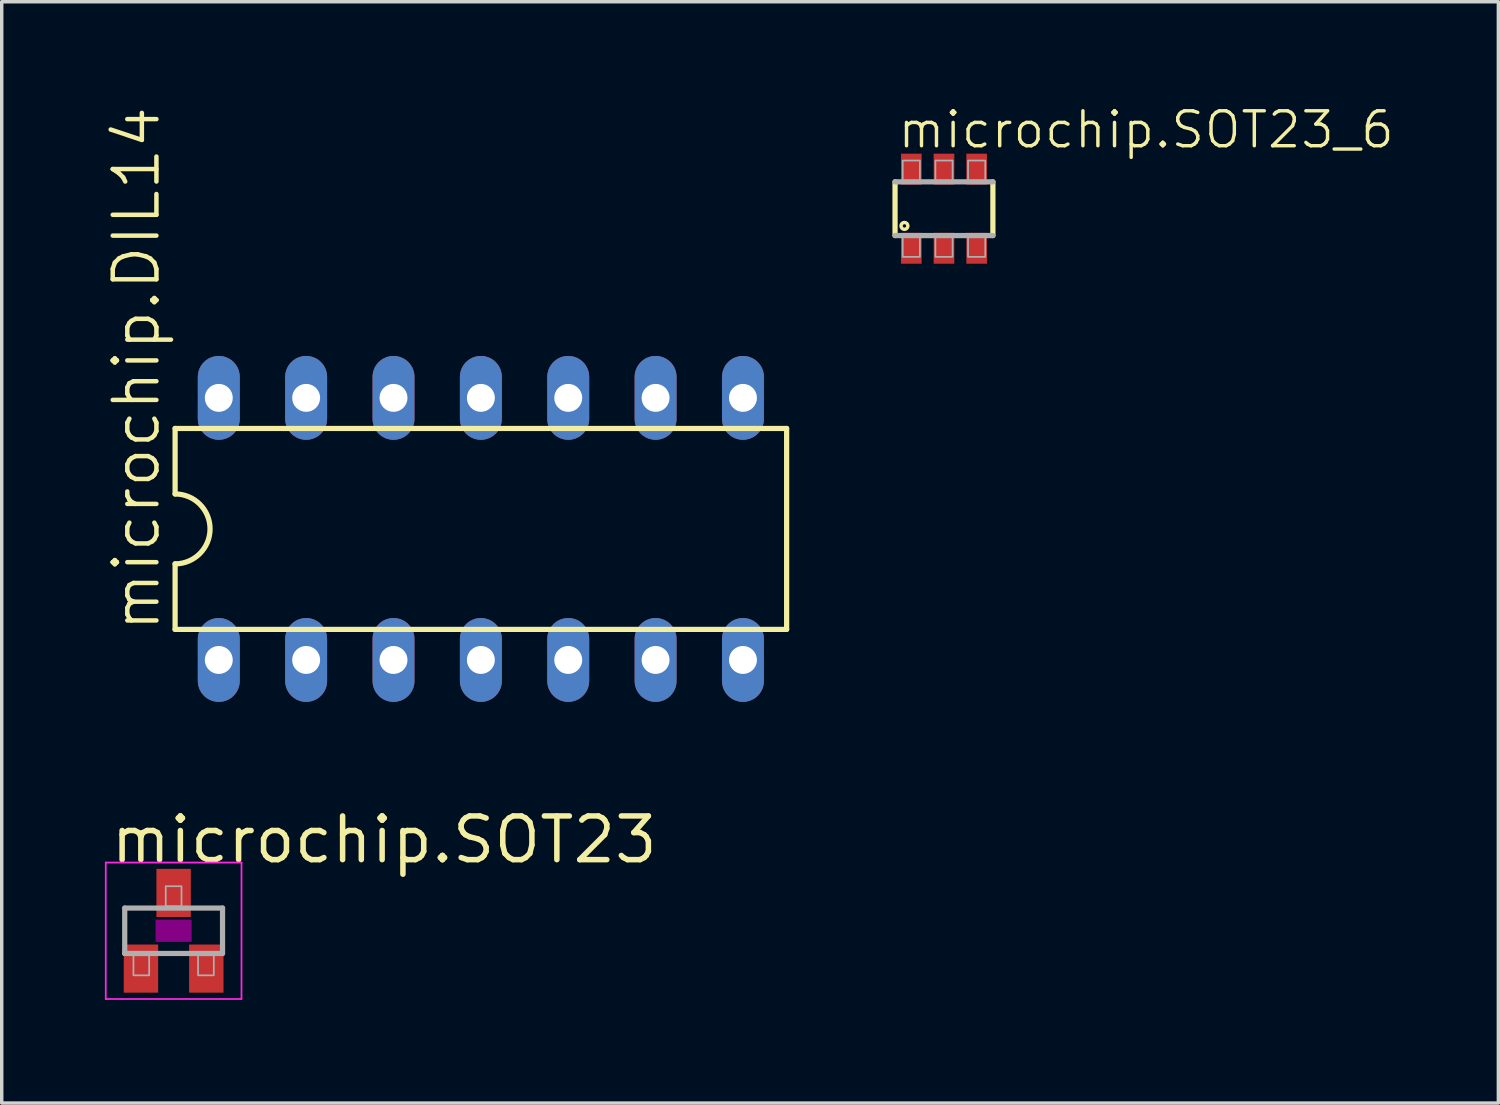
<source format=kicad_pcb>
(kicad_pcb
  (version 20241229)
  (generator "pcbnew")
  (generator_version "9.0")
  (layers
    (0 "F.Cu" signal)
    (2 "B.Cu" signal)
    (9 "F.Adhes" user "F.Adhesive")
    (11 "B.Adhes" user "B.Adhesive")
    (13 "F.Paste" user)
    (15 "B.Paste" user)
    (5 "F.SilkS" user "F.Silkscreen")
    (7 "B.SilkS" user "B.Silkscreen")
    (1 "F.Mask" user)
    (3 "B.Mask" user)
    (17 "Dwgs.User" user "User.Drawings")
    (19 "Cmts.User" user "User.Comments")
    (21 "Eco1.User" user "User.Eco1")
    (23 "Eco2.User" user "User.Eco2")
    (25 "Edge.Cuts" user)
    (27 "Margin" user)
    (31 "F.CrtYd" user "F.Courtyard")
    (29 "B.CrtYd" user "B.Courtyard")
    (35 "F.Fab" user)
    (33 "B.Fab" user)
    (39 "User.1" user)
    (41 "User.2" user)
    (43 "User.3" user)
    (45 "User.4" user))
  (footprint "microchip.DIL14"
    (layer "F.Cu")
    (at 10.931 12.328)
    (property "Reference" "microchip.DIL14" (at -9.271 3.048 90) (layer "F.SilkS") (effects (font (size 1.27 1.27) (thickness 0.13)) (justify left bottom)))
    (attr through_hole)
    (fp_line (start -8.89 -2.921) (end -8.89 -1.016) (stroke (width 0.152) (type default)) (layer "F.SilkS"))
    (fp_line (start -8.89 2.921) (end -8.89 1.016) (stroke (width 0.152) (type default)) (layer "F.SilkS"))
    (fp_line (start -8.89 2.921) (end 8.89 2.921) (stroke (width 0.152) (type default)) (layer "F.SilkS"))
    (fp_line (start 8.89 -2.921) (end -8.89 -2.921) (stroke (width 0.152) (type default)) (layer "F.SilkS"))
    (fp_line (start 8.89 -2.921) (end 8.89 2.921) (stroke (width 0.152) (type default)) (layer "F.SilkS"))
    (fp_arc (start -8.89 -1.016) (mid -7.874 0) (end -8.89 1.016) (stroke (width 0.1524) (type default)) (layer "F.SilkS"))
    (pad "1" thru_hole oval (at -7.62 3.81 90) (size 2.438 1.219) (drill 0.813) (layers "*.Cu" "*.Mask"))
    (pad "2" thru_hole oval (at -5.08 3.81 90) (size 2.438 1.219) (drill 0.813) (layers "*.Cu" "*.Mask"))
    (pad "3" thru_hole oval (at -2.54 3.81 90) (size 2.438 1.219) (drill 0.813) (layers "*.Cu" "*.Mask"))
    (pad "4" thru_hole oval (at 0 3.81 90) (size 2.438 1.219) (drill 0.813) (layers "*.Cu" "*.Mask"))
    (pad "5" thru_hole oval (at 2.54 3.81 90) (size 2.438 1.219) (drill 0.813) (layers "*.Cu" "*.Mask"))
    (pad "6" thru_hole oval (at 5.08 3.81 90) (size 2.438 1.219) (drill 0.813) (layers "*.Cu" "*.Mask"))
    (pad "7" thru_hole oval (at 7.62 3.81 90) (size 2.438 1.219) (drill 0.813) (layers "*.Cu" "*.Mask"))
    (pad "8" thru_hole oval (at 7.62 -3.81 90) (size 2.438 1.219) (drill 0.813) (layers "*.Cu" "*.Mask"))
    (pad "9" thru_hole oval (at 5.08 -3.81 90) (size 2.438 1.219) (drill 0.813) (layers "*.Cu" "*.Mask"))
    (pad "10" thru_hole oval (at 2.54 -3.81 90) (size 2.438 1.219) (drill 0.813) (layers "*.Cu" "*.Mask"))
    (pad "11" thru_hole oval (at 0 -3.81 90) (size 2.438 1.219) (drill 0.813) (layers "*.Cu" "*.Mask"))
    (pad "12" thru_hole oval (at -2.54 -3.81 90) (size 2.438 1.219) (drill 0.813) (layers "*.Cu" "*.Mask"))
    (pad "13" thru_hole oval (at -5.08 -3.81 90) (size 2.438 1.219) (drill 0.813) (layers "*.Cu" "*.Mask"))
    (pad "14" thru_hole oval (at -7.62 -3.81 90) (size 2.438 1.219) (drill 0.813) (layers "*.Cu" "*.Mask")))
  (footprint "microchip.SOT23_6"
    (layer "F.Cu")
    (at 24.396 3.018)
    (property "Reference" "microchip.SOT23_6" (at -1.397 -1.702 0) (layer "F.SilkS") (effects (font (size 1.016 1.016) (thickness 0.1)) (justify left bottom)))
    (attr smd)
    (fp_line (start -1.423 0.781) (end -1.423 -0.781) (stroke (width 0.152) (type default)) (layer "F.SilkS"))
    (fp_line (start 1.422 -0.781) (end 1.422 0.781) (stroke (width 0.152) (type default)) (layer "F.SilkS"))
    (fp_circle (center -1.15 0.5) (end -1.05 0.5) (stroke (width 0.1) (type default)) (fill no) (layer "F.SilkS"))
    (fp_line (start -1.423 -0.781) (end 1.422 -0.781) (stroke (width 0.152) (type default)) (layer "F.Fab"))
    (fp_line (start 1.422 0.781) (end -1.423 0.781) (stroke (width 0.152) (type default)) (layer "F.Fab"))
    (fp_rect (start -1.2 -0.8) (end -0.7 -1.4) (stroke (width 0.05) (type default)) (fill no) (layer "F.Fab"))
    (fp_rect (start -1.2 1.4) (end -0.7 0.8) (stroke (width 0.05) (type default)) (fill no) (layer "F.Fab"))
    (fp_rect (start -0.25 -0.8) (end 0.25 -1.4) (stroke (width 0.05) (type default)) (fill no) (layer "F.Fab"))
    (fp_rect (start -0.25 1.4) (end 0.25 0.8) (stroke (width 0.05) (type default)) (fill no) (layer "F.Fab"))
    (fp_rect (start 0.7 -0.8) (end 1.2 -1.4) (stroke (width 0.05) (type default)) (fill no) (layer "F.Fab"))
    (fp_rect (start 0.7 1.4) (end 1.2 0.8) (stroke (width 0.05) (type default)) (fill no) (layer "F.Fab"))
    (pad "1" smd roundrect (at -0.95 1.15) (size 0.6 0.9) (layers "F.Cu" "F.Mask" "F.Paste") (roundrect_rratio 0.01))
    (pad "2" smd roundrect (at 0 1.15) (size 0.6 0.9) (layers "F.Cu" "F.Mask" "F.Paste") (roundrect_rratio 0.01))
    (pad "3" smd roundrect (at 0.95 1.15) (size 0.6 0.9) (layers "F.Cu" "F.Mask" "F.Paste") (roundrect_rratio 0.01))
    (pad "4" smd roundrect (at 0.95 -1.15) (size 0.6 0.9) (layers "F.Cu" "F.Mask" "F.Paste") (roundrect_rratio 0.01))
    (pad "5" smd roundrect (at 0 -1.15) (size 0.6 0.9) (layers "F.Cu" "F.Mask" "F.Paste") (roundrect_rratio 0.01))
    (pad "6" smd roundrect (at -0.95 -1.15) (size 0.6 0.9) (layers "F.Cu" "F.Mask" "F.Paste") (roundrect_rratio 0.01)))
  (footprint "microchip.SOT23"
    (layer "F.Cu")
    (at 1.998 24.012)
    (property "Reference" "microchip.SOT23" (at -1.905 -1.905 0) (layer "F.SilkS") (effects (font (size 1.27 1.27) (thickness 0.16)) (justify left bottom)))
    (attr smd)
    (fp_rect (start -0.5 0.3) (end 0.5 -0.3) (stroke (width 0.05) (type default)) (fill yes) (layer "F.Adhes"))
    (fp_line (start -1.973 -1.983) (end 1.973 -1.983) (stroke (width 0.051) (type default)) (layer "F.CrtYd"))
    (fp_line (start -1.973 1.983) (end -1.973 -1.983) (stroke (width 0.051) (type default)) (layer "F.CrtYd"))
    (fp_line (start 1.973 -1.983) (end 1.973 1.983) (stroke (width 0.051) (type default)) (layer "F.CrtYd"))
    (fp_line (start 1.973 1.983) (end -1.973 1.983) (stroke (width 0.051) (type default)) (layer "F.CrtYd"))
    (fp_line (start -1.422 -0.66) (end 1.422 -0.66) (stroke (width 0.152) (type default)) (layer "F.Fab"))
    (fp_line (start -1.422 0.66) (end -1.422 -0.66) (stroke (width 0.152) (type default)) (layer "F.Fab"))
    (fp_line (start 1.422 -0.66) (end 1.422 0.66) (stroke (width 0.152) (type default)) (layer "F.Fab"))
    (fp_line (start 1.422 0.66) (end -1.422 0.66) (stroke (width 0.152) (type default)) (layer "F.Fab"))
    (fp_rect (start -1.168 1.295) (end -0.711 0.711) (stroke (width 0.05) (type default)) (fill no) (layer "F.Fab"))
    (fp_rect (start -0.229 -0.711) (end 0.229 -1.295) (stroke (width 0.05) (type default)) (fill no) (layer "F.Fab"))
    (fp_rect (start 0.711 1.295) (end 1.168 0.711) (stroke (width 0.05) (type default)) (fill no) (layer "F.Fab"))
    (pad "1" smd roundrect (at -0.95 1.1) (size 1 1.4) (layers "F.Cu" "F.Mask" "F.Paste") (roundrect_rratio 0.01))
    (pad "2" smd roundrect (at 0.95 1.1) (size 1 1.4) (layers "F.Cu" "F.Mask" "F.Paste") (roundrect_rratio 0.01))
    (pad "3" smd roundrect (at 0 -1.1) (size 1 1.4) (layers "F.Cu" "F.Mask" "F.Paste") (roundrect_rratio 0.01)))
  (gr_rect
    (start -3 -3)
    (end 40.514 29.021)
    (stroke (width 0.1) (type default))
    (fill no)
    (layer "Edge.Cuts")))
</source>
